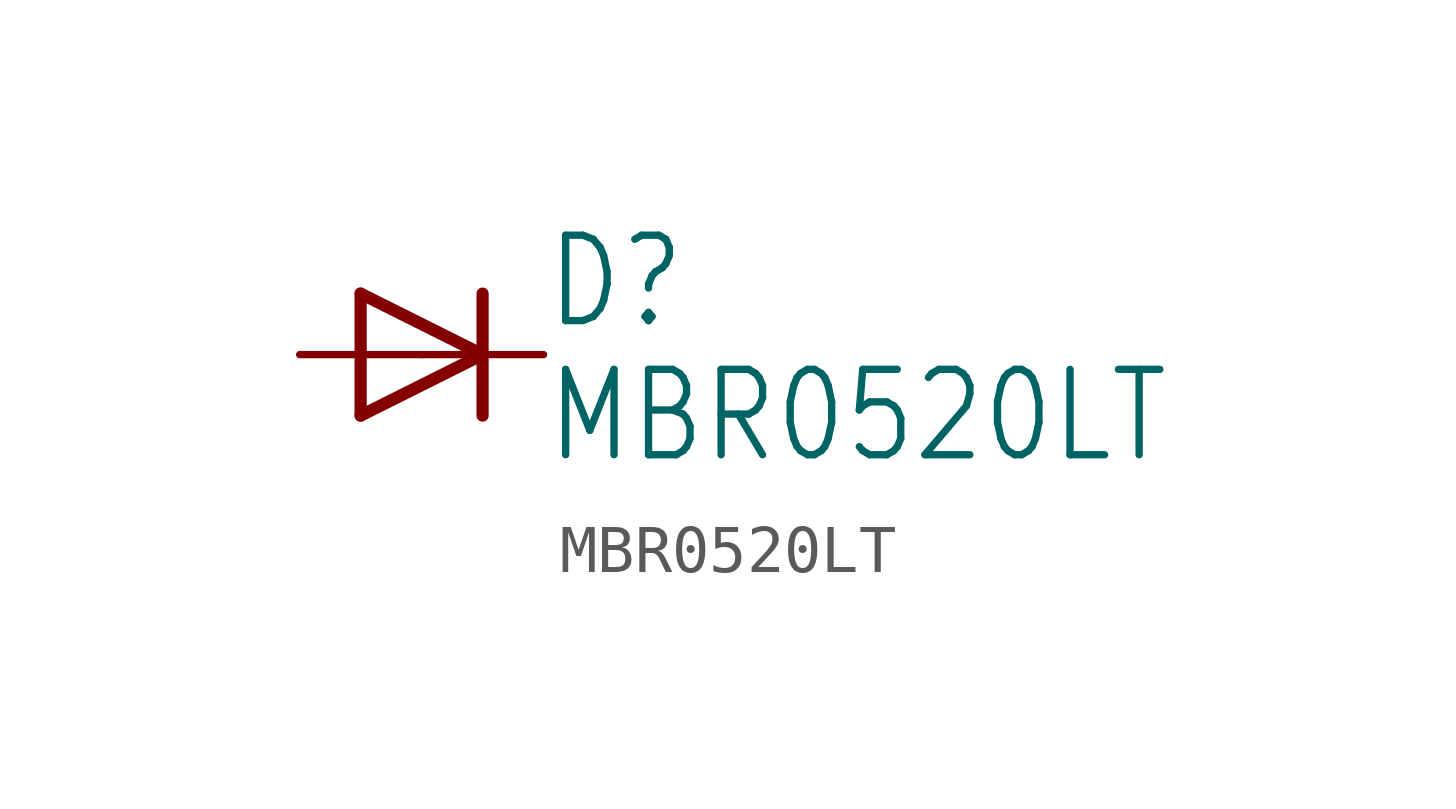
<source format=kicad_sym>
(kicad_symbol_lib
  (version 20220331)
  (generator kicad_symbol_editor)
  (symbol "MBR0520LT"
    (property "Reference" "D"
      (at 2.54 0.483 0)
      (effects (font (size 1.778 1.511)) (justify left bottom)))
    (property "Value" "MBR0520LT"
      (at 2.54 -2.311 0)
      (effects (font (size 1.778 1.511)) (justify left bottom)))
    (property "ki_locked" ""
      (at 0 0 0)
      (effects (font (size 1.27 1.27))))
    (symbol "MBR0520LT_1_0"
      (polyline (pts (xy -1.27 -1.27) (xy 1.27 0)) (stroke (width 0.254) (type solid)) (fill (type none)))
      (polyline (pts (xy -1.27 1.27) (xy -1.27 -1.27)) (stroke (width 0.254) (type solid)) (fill (type none)))
      (polyline (pts (xy 1.27 0) (xy -1.27 1.27)) (stroke (width 0.254) (type solid)) (fill (type none)))
      (polyline (pts (xy 1.27 0) (xy 1.27 -1.27)) (stroke (width 0.254) (type solid)) (fill (type none)))
      (polyline (pts (xy 1.27 1.27) (xy 1.27 0)) (stroke (width 0.254) (type solid)) (fill (type none)))
      (pin passive line (at -2.54 0 0) (length 2.54) (name "A" (effects (font (size 0 0)))) (number "A" (effects (font (size 0 0)))))
      (pin passive line (at 2.54 0 180) (length 2.54) (name "C" (effects (font (size 0 0)))) (number "C" (effects (font (size 0 0))))))))
</source>
